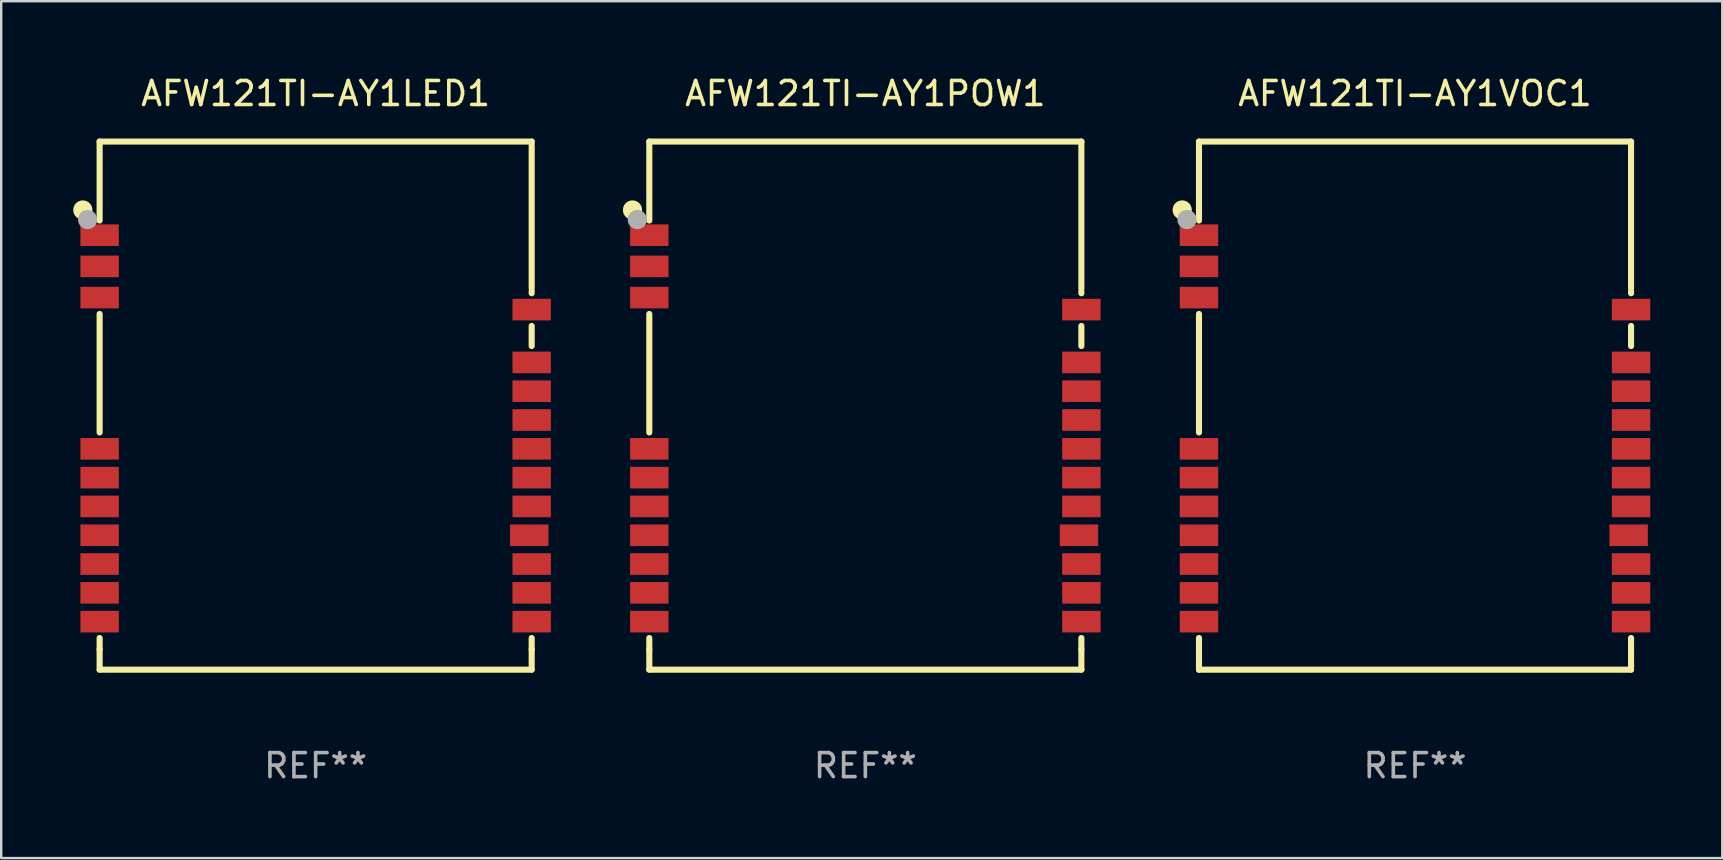
<source format=kicad_pcb>
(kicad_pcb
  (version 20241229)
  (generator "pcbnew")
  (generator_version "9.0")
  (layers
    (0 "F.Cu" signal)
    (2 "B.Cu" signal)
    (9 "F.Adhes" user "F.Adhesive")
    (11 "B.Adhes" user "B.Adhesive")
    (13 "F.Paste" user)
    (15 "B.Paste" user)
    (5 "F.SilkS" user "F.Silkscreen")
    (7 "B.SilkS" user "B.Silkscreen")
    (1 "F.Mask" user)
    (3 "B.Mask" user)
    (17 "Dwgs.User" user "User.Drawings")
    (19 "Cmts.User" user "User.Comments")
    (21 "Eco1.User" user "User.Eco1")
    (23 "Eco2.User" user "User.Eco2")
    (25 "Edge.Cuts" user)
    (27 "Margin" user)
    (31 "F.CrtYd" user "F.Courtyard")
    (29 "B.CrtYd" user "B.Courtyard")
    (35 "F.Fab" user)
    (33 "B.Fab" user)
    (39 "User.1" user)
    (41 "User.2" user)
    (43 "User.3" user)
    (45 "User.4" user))
  (footprint "AFW121TI-AY1VOC1"
    (layer "F.Cu")
    (at 55.9 13.848)
    (property "Reference" "AFW121TI-AY1VOC1" (at 0 -13 0) (layer "F.SilkS") (effects (font (size 1 1) (thickness 0.15))))
    (attr through_hole)
    (fp_line (start -9 -11) (end -9 -7.711) (stroke (width 0.254) (type solid)) (layer "F.SilkS"))
    (fp_line (start -9 1.119) (end -9 -3.819) (stroke (width 0.254) (type solid)) (layer "F.SilkS"))
    (fp_line (start -9 10.161) (end -9 9.681) (stroke (width 0.254) (type solid)) (layer "F.SilkS"))
    (fp_line (start -9 10.161) (end -9 11) (stroke (width 0.254) (type solid)) (layer "F.SilkS"))
    (fp_line (start -9 11) (end 9 11) (stroke (width 0.254) (type solid)) (layer "F.SilkS"))
    (fp_line (start 9 -11) (end -9 -11) (stroke (width 0.254) (type solid)) (layer "F.SilkS"))
    (fp_line (start 9 -4.891) (end 9 -11) (stroke (width 0.254) (type solid)) (layer "F.SilkS"))
    (fp_line (start 9 -4.681) (end 9 -4.775) (stroke (width 0.254) (type solid)) (layer "F.SilkS"))
    (fp_line (start 9 -2.481) (end 9 -3.319) (stroke (width 0.254) (type solid)) (layer "F.SilkS"))
    (fp_line (start 9 10.161) (end 9 9.681) (stroke (width 0.254) (type solid)) (layer "F.SilkS"))
    (fp_line (start 9 11) (end 9 10.161) (stroke (width 0.254) (type solid)) (layer "F.SilkS"))
    (fp_circle (center -9.7 -8.15) (end -9.5 -8.15) (stroke (width 0.4) (type solid)) (fill no) (layer "F.SilkS"))
    (fp_circle (center -9 -11) (end -8.97 -11) (stroke (width 0.06) (type solid)) (fill no) (layer "F.SilkS"))
    (fp_circle (center -9.5 -7.75) (end -9.3 -7.75) (stroke (width 0.4) (type solid)) (fill no) (layer "F.Fab"))
    (fp_text user "REF**" (at 0 15 0) (layer "F.Fab") (effects (font (size 1 1) (thickness 0.15))))
    (pad "1" smd rect (at -9 -7.1) (size 1.6 0.9) (layers "F.Cu" "F.Mask" "F.Paste"))
    (pad "2" smd rect (at -9 -5.8) (size 1.6 0.9) (layers "F.Cu" "F.Mask" "F.Paste"))
    (pad "3" smd rect (at -9 -4.5) (size 1.6 0.9) (layers "F.Cu" "F.Mask" "F.Paste"))
    (pad "4" smd rect (at -9 1.8) (size 1.6 0.9) (layers "F.Cu" "F.Mask" "F.Paste"))
    (pad "5" smd rect (at -9 3) (size 1.6 0.9) (layers "F.Cu" "F.Mask" "F.Paste"))
    (pad "6" smd rect (at -9 4.2) (size 1.6 0.9) (layers "F.Cu" "F.Mask" "F.Paste"))
    (pad "7" smd rect (at -9 5.4) (size 1.6 0.9) (layers "F.Cu" "F.Mask" "F.Paste"))
    (pad "8" smd rect (at -9 6.6) (size 1.6 0.9) (layers "F.Cu" "F.Mask" "F.Paste"))
    (pad "9" smd rect (at -9 7.8) (size 1.6 0.9) (layers "F.Cu" "F.Mask" "F.Paste"))
    (pad "10" smd rect (at -9 9) (size 1.6 0.9) (layers "F.Cu" "F.Mask" "F.Paste"))
    (pad "11" smd rect (at 9 9) (size 1.6 0.9) (layers "F.Cu" "F.Mask" "F.Paste"))
    (pad "12" smd rect (at 9 7.8) (size 1.6 0.9) (layers "F.Cu" "F.Mask" "F.Paste"))
    (pad "13" smd rect (at 9 6.6) (size 1.6 0.9) (layers "F.Cu" "F.Mask" "F.Paste"))
    (pad "14" smd rect (at 8.9 5.4) (size 1.6 0.9) (layers "F.Cu" "F.Mask" "F.Paste"))
    (pad "15" smd rect (at 9 4.2) (size 1.6 0.9) (layers "F.Cu" "F.Mask" "F.Paste"))
    (pad "16" smd rect (at 9 3) (size 1.6 0.9) (layers "F.Cu" "F.Mask" "F.Paste"))
    (pad "17" smd rect (at 9 1.8) (size 1.6 0.9) (layers "F.Cu" "F.Mask" "F.Paste"))
    (pad "18" smd rect (at 9 0.6) (size 1.6 0.9) (layers "F.Cu" "F.Mask" "F.Paste"))
    (pad "19" smd rect (at 9 -0.6) (size 1.6 0.9) (layers "F.Cu" "F.Mask" "F.Paste"))
    (pad "20" smd rect (at 9 -1.8) (size 1.6 0.9) (layers "F.Cu" "F.Mask" "F.Paste"))
    (pad "21" smd rect (at 9 -4) (size 1.6 0.9) (layers "F.Cu" "F.Mask" "F.Paste")))
  (footprint "AFW121TI-AY1LED1"
    (layer "F.Cu")
    (at 10.1 13.848)
    (property "Reference" "AFW121TI-AY1LED1" (at 0 -13 0) (layer "F.SilkS") (effects (font (size 1 1) (thickness 0.15))))
    (attr through_hole)
    (fp_line (start -9 -11) (end -9 -7.711) (stroke (width 0.254) (type solid)) (layer "F.SilkS"))
    (fp_line (start -9 1.119) (end -9 -3.819) (stroke (width 0.254) (type solid)) (layer "F.SilkS"))
    (fp_line (start -9 10.161) (end -9 9.681) (stroke (width 0.254) (type solid)) (layer "F.SilkS"))
    (fp_line (start -9 10.161) (end -9 11) (stroke (width 0.254) (type solid)) (layer "F.SilkS"))
    (fp_line (start -9 11) (end 9 11) (stroke (width 0.254) (type solid)) (layer "F.SilkS"))
    (fp_line (start 9 -11) (end -9 -11) (stroke (width 0.254) (type solid)) (layer "F.SilkS"))
    (fp_line (start 9 -4.891) (end 9 -11) (stroke (width 0.254) (type solid)) (layer "F.SilkS"))
    (fp_line (start 9 -4.681) (end 9 -4.775) (stroke (width 0.254) (type solid)) (layer "F.SilkS"))
    (fp_line (start 9 -2.481) (end 9 -3.319) (stroke (width 0.254) (type solid)) (layer "F.SilkS"))
    (fp_line (start 9 10.161) (end 9 9.681) (stroke (width 0.254) (type solid)) (layer "F.SilkS"))
    (fp_line (start 9 11) (end 9 10.161) (stroke (width 0.254) (type solid)) (layer "F.SilkS"))
    (fp_circle (center -9.7 -8.15) (end -9.5 -8.15) (stroke (width 0.4) (type solid)) (fill no) (layer "F.SilkS"))
    (fp_circle (center -9 -11) (end -8.97 -11) (stroke (width 0.06) (type solid)) (fill no) (layer "F.SilkS"))
    (fp_circle (center -9.5 -7.75) (end -9.3 -7.75) (stroke (width 0.4) (type solid)) (fill no) (layer "F.Fab"))
    (fp_text user "REF**" (at 0 15 0) (layer "F.Fab") (effects (font (size 1 1) (thickness 0.15))))
    (pad "1" smd rect (at -9 -7.1) (size 1.6 0.9) (layers "F.Cu" "F.Mask" "F.Paste"))
    (pad "2" smd rect (at -9 -5.8) (size 1.6 0.9) (layers "F.Cu" "F.Mask" "F.Paste"))
    (pad "3" smd rect (at -9 -4.5) (size 1.6 0.9) (layers "F.Cu" "F.Mask" "F.Paste"))
    (pad "4" smd rect (at -9 1.8) (size 1.6 0.9) (layers "F.Cu" "F.Mask" "F.Paste"))
    (pad "5" smd rect (at -9 3) (size 1.6 0.9) (layers "F.Cu" "F.Mask" "F.Paste"))
    (pad "6" smd rect (at -9 4.2) (size 1.6 0.9) (layers "F.Cu" "F.Mask" "F.Paste"))
    (pad "7" smd rect (at -9 5.4) (size 1.6 0.9) (layers "F.Cu" "F.Mask" "F.Paste"))
    (pad "8" smd rect (at -9 6.6) (size 1.6 0.9) (layers "F.Cu" "F.Mask" "F.Paste"))
    (pad "9" smd rect (at -9 7.8) (size 1.6 0.9) (layers "F.Cu" "F.Mask" "F.Paste"))
    (pad "10" smd rect (at -9 9) (size 1.6 0.9) (layers "F.Cu" "F.Mask" "F.Paste"))
    (pad "11" smd rect (at 9 9) (size 1.6 0.9) (layers "F.Cu" "F.Mask" "F.Paste"))
    (pad "12" smd rect (at 9 7.8) (size 1.6 0.9) (layers "F.Cu" "F.Mask" "F.Paste"))
    (pad "13" smd rect (at 9 6.6) (size 1.6 0.9) (layers "F.Cu" "F.Mask" "F.Paste"))
    (pad "14" smd rect (at 8.9 5.4) (size 1.6 0.9) (layers "F.Cu" "F.Mask" "F.Paste"))
    (pad "15" smd rect (at 9 4.2) (size 1.6 0.9) (layers "F.Cu" "F.Mask" "F.Paste"))
    (pad "16" smd rect (at 9 3) (size 1.6 0.9) (layers "F.Cu" "F.Mask" "F.Paste"))
    (pad "17" smd rect (at 9 1.8) (size 1.6 0.9) (layers "F.Cu" "F.Mask" "F.Paste"))
    (pad "18" smd rect (at 9 0.6) (size 1.6 0.9) (layers "F.Cu" "F.Mask" "F.Paste"))
    (pad "19" smd rect (at 9 -0.6) (size 1.6 0.9) (layers "F.Cu" "F.Mask" "F.Paste"))
    (pad "20" smd rect (at 9 -1.8) (size 1.6 0.9) (layers "F.Cu" "F.Mask" "F.Paste"))
    (pad "21" smd rect (at 9 -4) (size 1.6 0.9) (layers "F.Cu" "F.Mask" "F.Paste")))
  (footprint "AFW121TI-AY1POW1"
    (layer "F.Cu")
    (at 33 13.848)
    (property "Reference" "AFW121TI-AY1POW1" (at 0 -13 0) (layer "F.SilkS") (effects (font (size 1 1) (thickness 0.15))))
    (attr through_hole)
    (fp_line (start -9 -11) (end -9 -7.711) (stroke (width 0.254) (type solid)) (layer "F.SilkS"))
    (fp_line (start -9 1.119) (end -9 -3.819) (stroke (width 0.254) (type solid)) (layer "F.SilkS"))
    (fp_line (start -9 10.161) (end -9 9.681) (stroke (width 0.254) (type solid)) (layer "F.SilkS"))
    (fp_line (start -9 10.161) (end -9 11) (stroke (width 0.254) (type solid)) (layer "F.SilkS"))
    (fp_line (start -9 11) (end 9 11) (stroke (width 0.254) (type solid)) (layer "F.SilkS"))
    (fp_line (start 9 -11) (end -9 -11) (stroke (width 0.254) (type solid)) (layer "F.SilkS"))
    (fp_line (start 9 -4.891) (end 9 -11) (stroke (width 0.254) (type solid)) (layer "F.SilkS"))
    (fp_line (start 9 -4.681) (end 9 -4.775) (stroke (width 0.254) (type solid)) (layer "F.SilkS"))
    (fp_line (start 9 -2.481) (end 9 -3.319) (stroke (width 0.254) (type solid)) (layer "F.SilkS"))
    (fp_line (start 9 10.161) (end 9 9.681) (stroke (width 0.254) (type solid)) (layer "F.SilkS"))
    (fp_line (start 9 11) (end 9 10.161) (stroke (width 0.254) (type solid)) (layer "F.SilkS"))
    (fp_circle (center -9.7 -8.15) (end -9.5 -8.15) (stroke (width 0.4) (type solid)) (fill no) (layer "F.SilkS"))
    (fp_circle (center -9 -11) (end -8.97 -11) (stroke (width 0.06) (type solid)) (fill no) (layer "F.SilkS"))
    (fp_circle (center -9.5 -7.75) (end -9.3 -7.75) (stroke (width 0.4) (type solid)) (fill no) (layer "F.Fab"))
    (fp_text user "REF**" (at 0 15 0) (layer "F.Fab") (effects (font (size 1 1) (thickness 0.15))))
    (pad "1" smd rect (at -9 -7.1) (size 1.6 0.9) (layers "F.Cu" "F.Mask" "F.Paste"))
    (pad "2" smd rect (at -9 -5.8) (size 1.6 0.9) (layers "F.Cu" "F.Mask" "F.Paste"))
    (pad "3" smd rect (at -9 -4.5) (size 1.6 0.9) (layers "F.Cu" "F.Mask" "F.Paste"))
    (pad "4" smd rect (at -9 1.8) (size 1.6 0.9) (layers "F.Cu" "F.Mask" "F.Paste"))
    (pad "5" smd rect (at -9 3) (size 1.6 0.9) (layers "F.Cu" "F.Mask" "F.Paste"))
    (pad "6" smd rect (at -9 4.2) (size 1.6 0.9) (layers "F.Cu" "F.Mask" "F.Paste"))
    (pad "7" smd rect (at -9 5.4) (size 1.6 0.9) (layers "F.Cu" "F.Mask" "F.Paste"))
    (pad "8" smd rect (at -9 6.6) (size 1.6 0.9) (layers "F.Cu" "F.Mask" "F.Paste"))
    (pad "9" smd rect (at -9 7.8) (size 1.6 0.9) (layers "F.Cu" "F.Mask" "F.Paste"))
    (pad "10" smd rect (at -9 9) (size 1.6 0.9) (layers "F.Cu" "F.Mask" "F.Paste"))
    (pad "11" smd rect (at 9 9) (size 1.6 0.9) (layers "F.Cu" "F.Mask" "F.Paste"))
    (pad "12" smd rect (at 9 7.8) (size 1.6 0.9) (layers "F.Cu" "F.Mask" "F.Paste"))
    (pad "13" smd rect (at 9 6.6) (size 1.6 0.9) (layers "F.Cu" "F.Mask" "F.Paste"))
    (pad "14" smd rect (at 8.9 5.4) (size 1.6 0.9) (layers "F.Cu" "F.Mask" "F.Paste"))
    (pad "15" smd rect (at 9 4.2) (size 1.6 0.9) (layers "F.Cu" "F.Mask" "F.Paste"))
    (pad "16" smd rect (at 9 3) (size 1.6 0.9) (layers "F.Cu" "F.Mask" "F.Paste"))
    (pad "17" smd rect (at 9 1.8) (size 1.6 0.9) (layers "F.Cu" "F.Mask" "F.Paste"))
    (pad "18" smd rect (at 9 0.6) (size 1.6 0.9) (layers "F.Cu" "F.Mask" "F.Paste"))
    (pad "19" smd rect (at 9 -0.6) (size 1.6 0.9) (layers "F.Cu" "F.Mask" "F.Paste"))
    (pad "20" smd rect (at 9 -1.8) (size 1.6 0.9) (layers "F.Cu" "F.Mask" "F.Paste"))
    (pad "21" smd rect (at 9 -4) (size 1.6 0.9) (layers "F.Cu" "F.Mask" "F.Paste")))
  (gr_rect
    (start -3 -3)
    (end 68.7 32.697)
    (stroke (width 0.1) (type default))
    (fill no)
    (layer "Edge.Cuts")))
</source>
